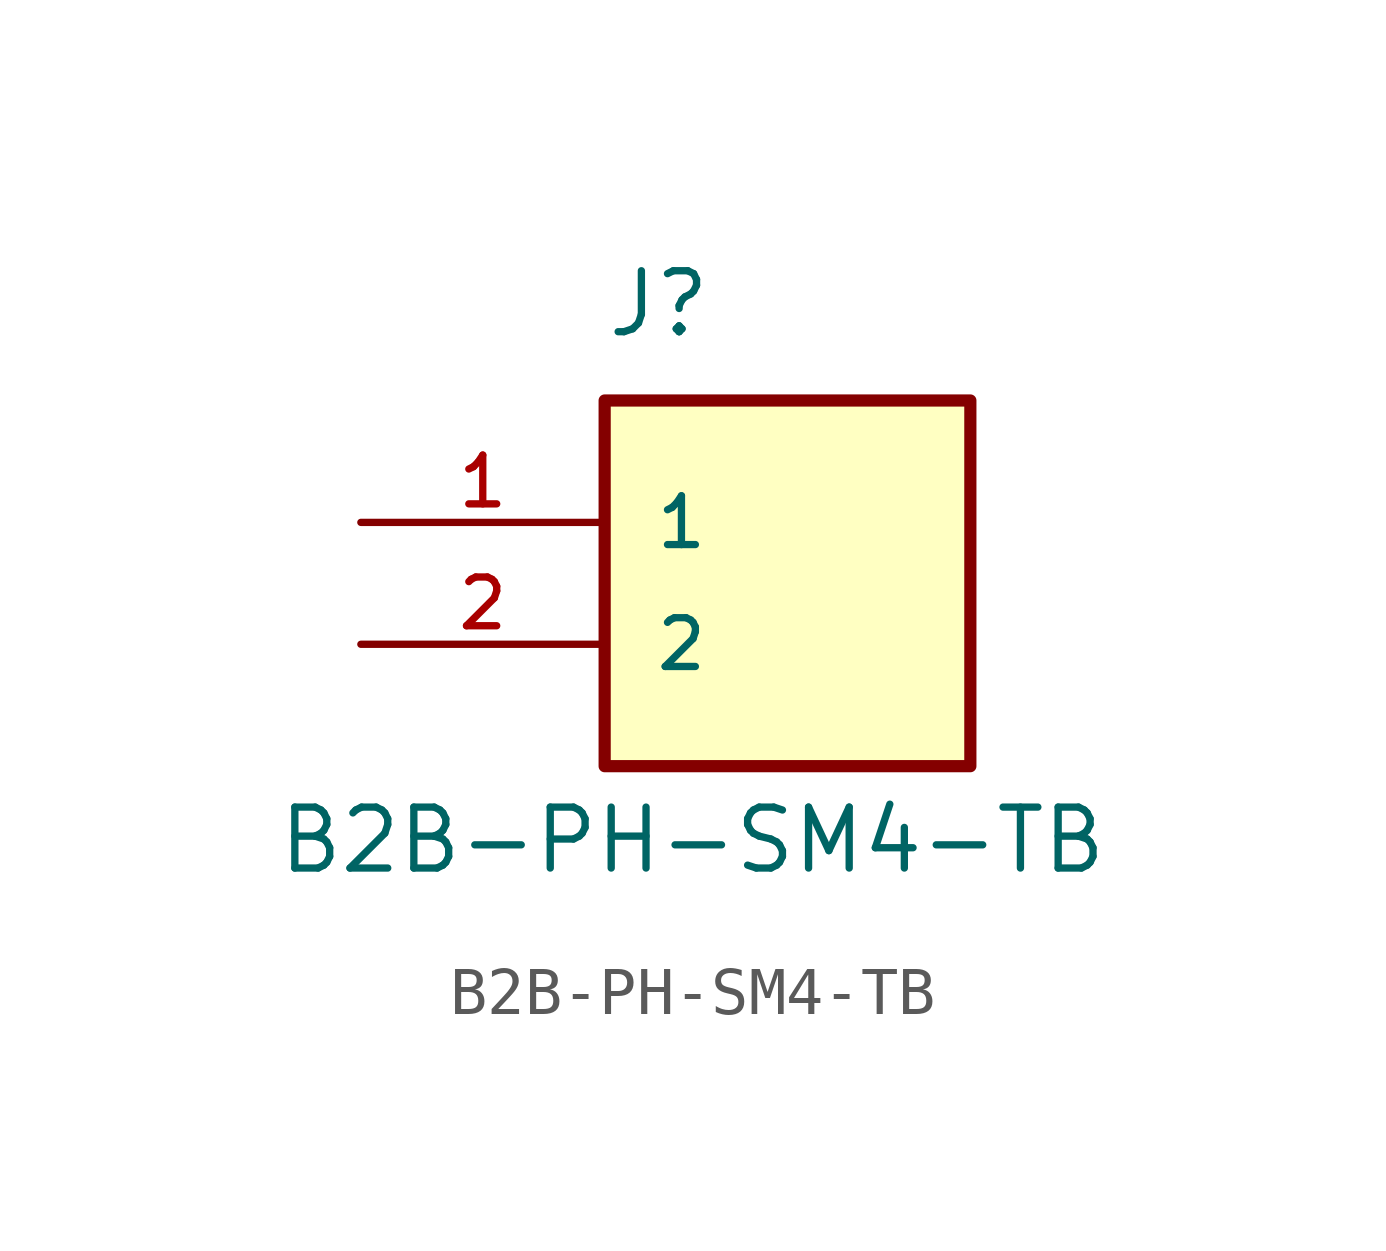
<source format=kicad_sym>
(kicad_symbol_lib
  (version 20231120)
  (generator "kicad_symbol_editor")
  (generator_version "8.0")
  (symbol "B2B-PH-SM4-TB"
    (pin_names
      (offset 1.016))
    (property "Reference" "J"
      (at 0 6.35 0)
      (effects (font (size 1.27 1.27)) (justify left bottom)))
    (property "Value" "B2B-PH-SM4-TB"
      (at -6.858 -4.826 0)
      (effects (font (size 1.27 1.27)) (justify left bottom)))
    (symbol "B2B-PH-SM4-TB_0_0"
      (pin passive line (at -5.08 2.54 0) (length 5.08) (name "1" (effects (font (size 1.016 1.016)))) (number "1" (effects (font (size 1.016 1.016)))))
      (pin passive line (at -5.08 0 0) (length 5.08) (name "2" (effects (font (size 1.016 1.016)))) (number "2" (effects (font (size 1.016 1.016))))))
    (symbol "B2B-PH-SM4-TB_1_1"
      (rectangle (start 0 5.08) (end 7.62 -2.54) (stroke (width 0.254) (type default)) (fill (type background))))))
</source>
